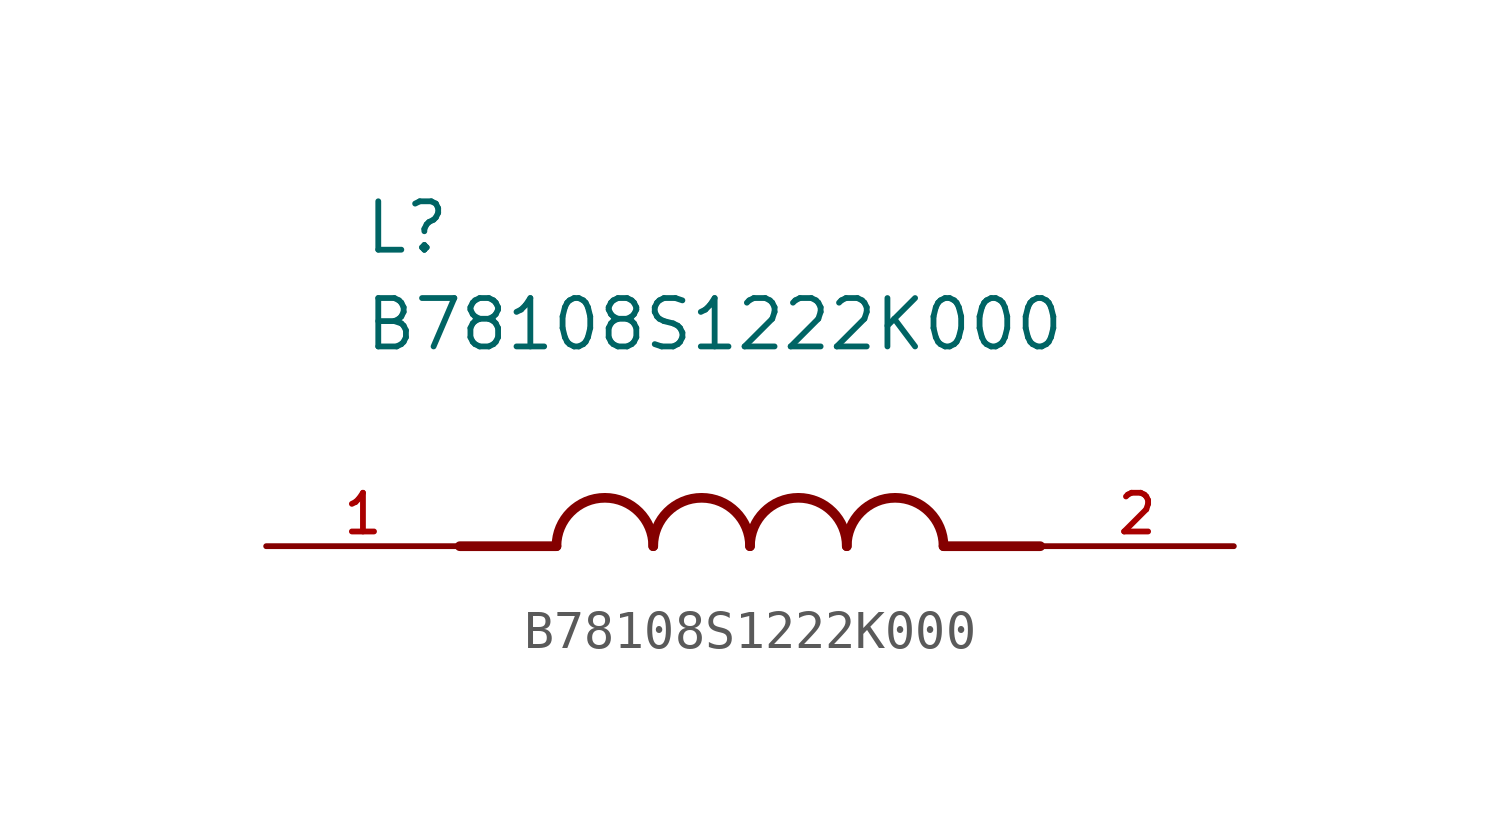
<source format=kicad_sym>
(kicad_symbol_lib
  (version 20211014)
  (generator kicad_symbol_editor)
  (symbol "B78108S1222K000"
    (pin_names
      (offset 1.016))
    (property "Reference" "L"
      (at -10.16 7.62 0)
      (effects (font (size 1.27 1.27)) (justify bottom left)))
    (property "Value" "B78108S1222K000"
      (at -10.16 5.08 0)
      (effects (font (size 1.27 1.27)) (justify bottom left)))
    (symbol "B78108S1222K000_0_0"
      (polyline (pts (xy -5.08 0.0) (xy -7.62 0.0)) (stroke (width 0.254)))
      (polyline (pts (xy 5.08 0.0) (xy 7.62 0.0)) (stroke (width 0.254)))
      (arc (start -2.54 0.0) (mid -3.81 1.27) (end -5.08 0.0) (stroke (width 0.254) (type default) (color 0 0 0 0)) (fill (type none)))
      (arc (start 0.0 0.0) (mid -1.27 1.27) (end -2.54 0.0) (stroke (width 0.254) (type default) (color 0 0 0 0)) (fill (type none)))
      (arc (start 2.54 0.0) (mid 1.27 1.27) (end 0.0 0.0) (stroke (width 0.254) (type default) (color 0 0 0 0)) (fill (type none)))
      (arc (start 5.08 0.0) (mid 3.81 1.27) (end 2.54 0.0) (stroke (width 0.254) (type default) (color 0 0 0 0)) (fill (type none)))
      (pin passive line (at -12.7 0.0 0) (length 5.08) (name "~" (effects (font (size 1.016 1.016)))) (number "1" (effects (font (size 1.016 1.016)))))
      (pin passive line (at 12.7 0.0 180.0) (length 5.08) (name "~" (effects (font (size 1.016 1.016)))) (number "2" (effects (font (size 1.016 1.016))))))))
</source>
